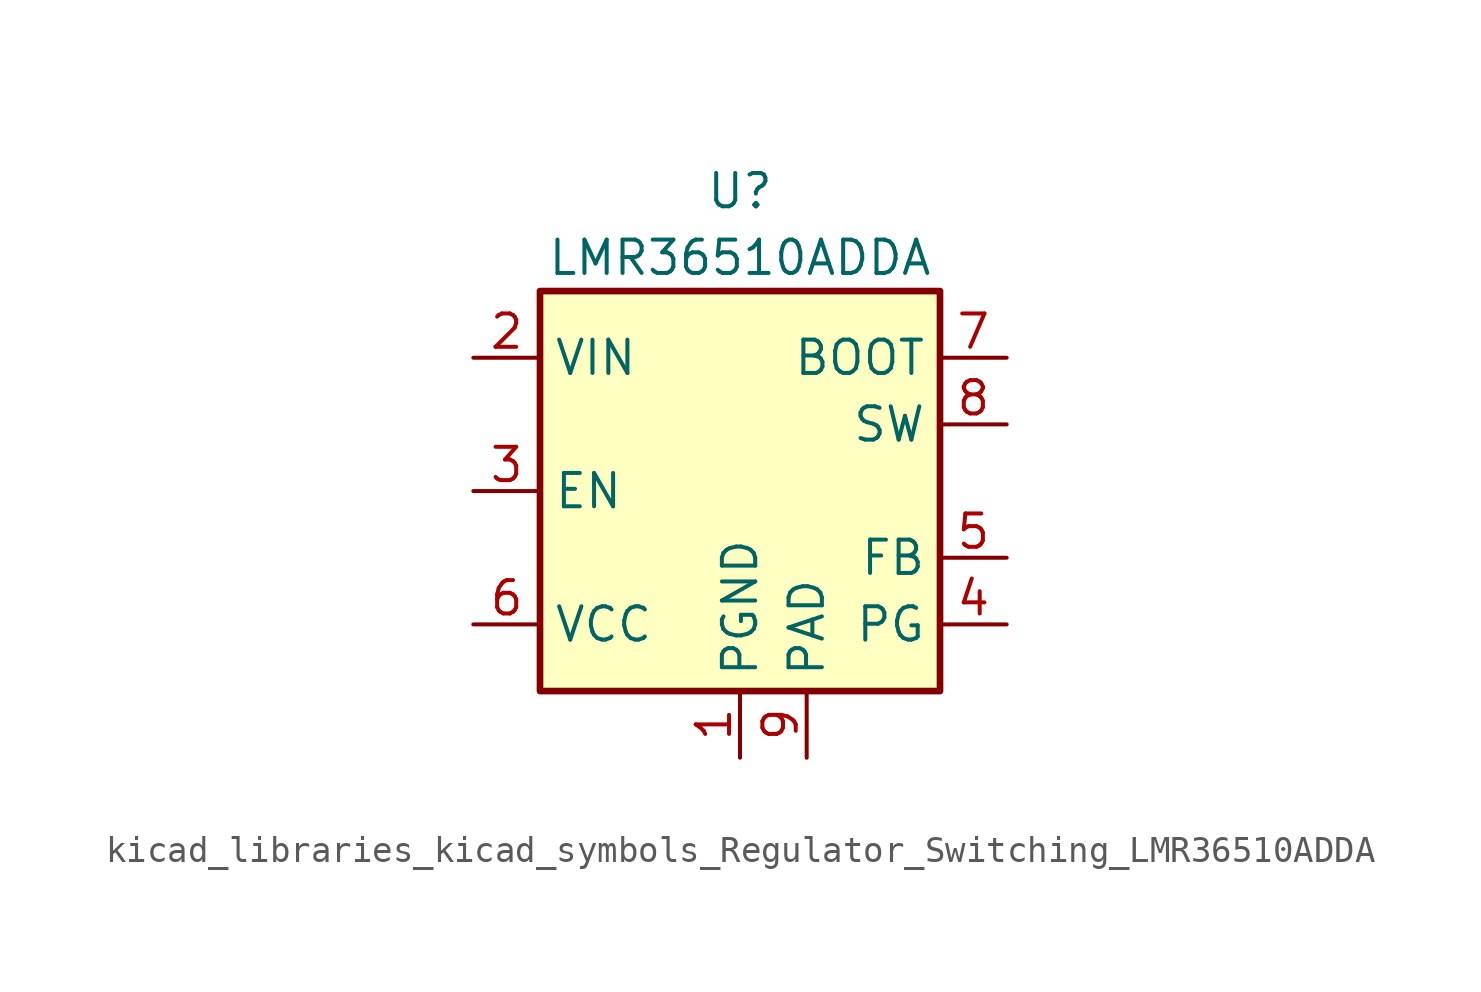
<source format=kicad_sym>
(kicad_symbol_lib
  (version 20220914)
  (generator kicad_symbol_editor)
  (symbol "kicad_libraries_kicad_symbols_Regulator_Switching_LMR36510ADDA"
    (property "Reference" "U"
      (at 0 11.43 0)
      (effects (font (size 1.27 1.27))))
    (property "Value" "LMR36510ADDA"
      (at 0 8.89 0)
      (effects (font (size 1.27 1.27))))
    (symbol "kicad_libraries_kicad_symbols_Regulator_Switching_LMR36510ADDA_0_1"
      (rectangle (start -7.62 7.62) (end 7.62 -7.62) (stroke (width 0.254) (type default)) (fill (type background))))
    (symbol "kicad_libraries_kicad_symbols_Regulator_Switching_LMR36510ADDA_1_1"
      (pin power_in line (at 0 -10.16 90) (length 2.54) (name "PGND" (effects (font (size 1.27 1.27)))) (number "1" (effects (font (size 1.27 1.27)))))
      (pin power_in line (at -10.16 5.08 0) (length 2.54) (name "VIN" (effects (font (size 1.27 1.27)))) (number "2" (effects (font (size 1.27 1.27)))))
      (pin input line (at -10.16 0 0) (length 2.54) (name "EN" (effects (font (size 1.27 1.27)))) (number "3" (effects (font (size 1.27 1.27)))))
      (pin open_collector line (at 10.16 -5.08 180) (length 2.54) (name "PG" (effects (font (size 1.27 1.27)))) (number "4" (effects (font (size 1.27 1.27)))))
      (pin input line (at 10.16 -2.54 180) (length 2.54) (name "FB" (effects (font (size 1.27 1.27)))) (number "5" (effects (font (size 1.27 1.27)))))
      (pin power_out line (at -10.16 -5.08 0) (length 2.54) (name "VCC" (effects (font (size 1.27 1.27)))) (number "6" (effects (font (size 1.27 1.27)))))
      (pin input line (at 10.16 5.08 180) (length 2.54) (name "BOOT" (effects (font (size 1.27 1.27)))) (number "7" (effects (font (size 1.27 1.27)))))
      (pin output line (at 10.16 2.54 180) (length 2.54) (name "SW" (effects (font (size 1.27 1.27)))) (number "8" (effects (font (size 1.27 1.27)))))
      (pin power_in line (at 2.54 -10.16 90) (length 2.54) (name "PAD" (effects (font (size 1.27 1.27)))) (number "9" (effects (font (size 1.27 1.27))))))))
</source>
